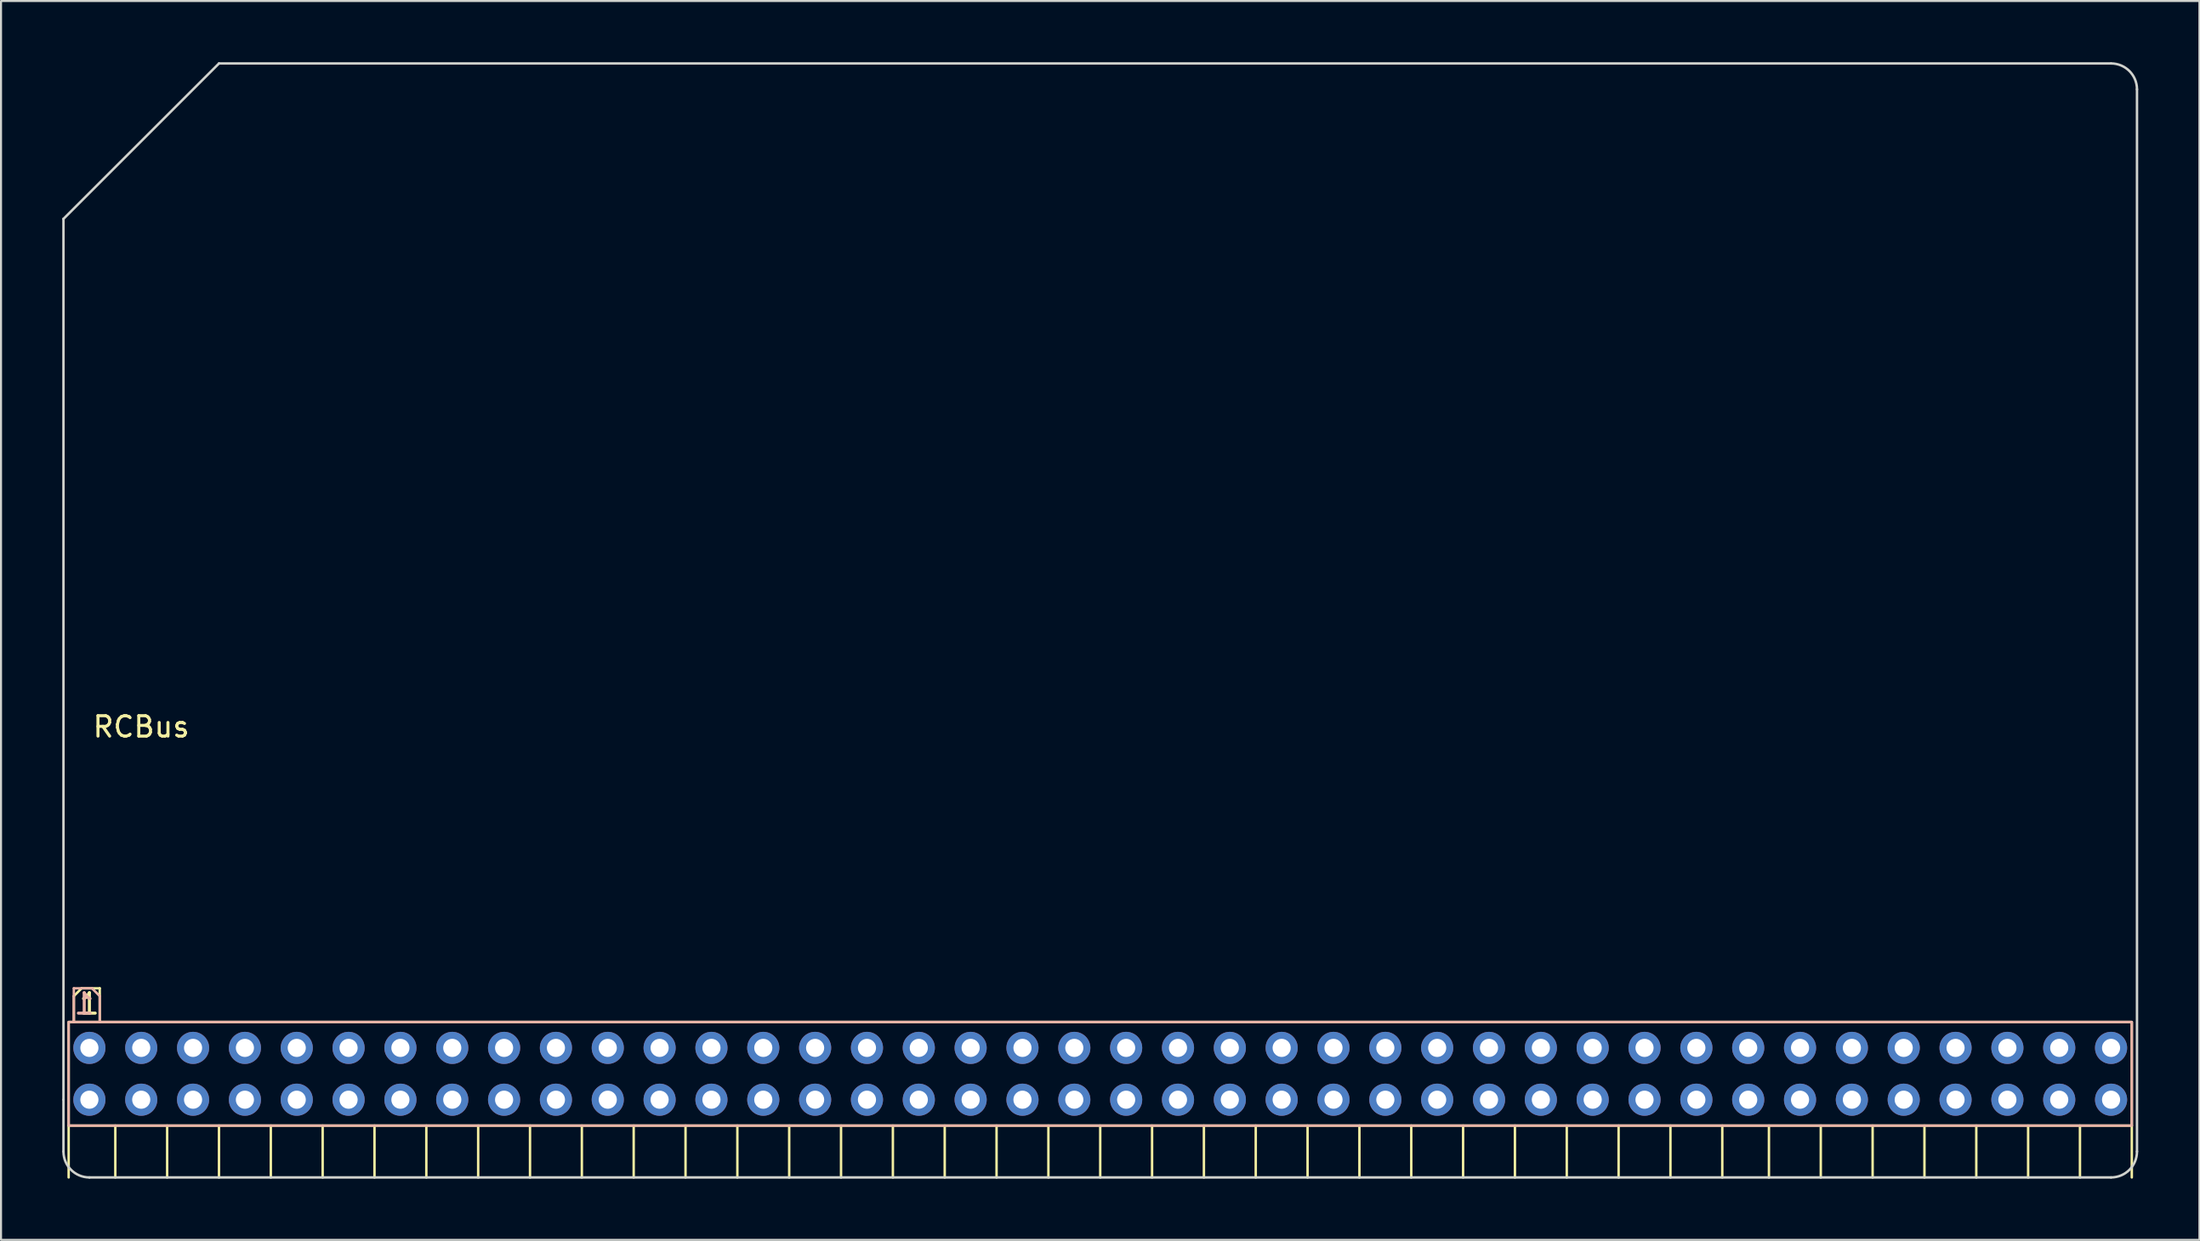
<source format=kicad_pcb>
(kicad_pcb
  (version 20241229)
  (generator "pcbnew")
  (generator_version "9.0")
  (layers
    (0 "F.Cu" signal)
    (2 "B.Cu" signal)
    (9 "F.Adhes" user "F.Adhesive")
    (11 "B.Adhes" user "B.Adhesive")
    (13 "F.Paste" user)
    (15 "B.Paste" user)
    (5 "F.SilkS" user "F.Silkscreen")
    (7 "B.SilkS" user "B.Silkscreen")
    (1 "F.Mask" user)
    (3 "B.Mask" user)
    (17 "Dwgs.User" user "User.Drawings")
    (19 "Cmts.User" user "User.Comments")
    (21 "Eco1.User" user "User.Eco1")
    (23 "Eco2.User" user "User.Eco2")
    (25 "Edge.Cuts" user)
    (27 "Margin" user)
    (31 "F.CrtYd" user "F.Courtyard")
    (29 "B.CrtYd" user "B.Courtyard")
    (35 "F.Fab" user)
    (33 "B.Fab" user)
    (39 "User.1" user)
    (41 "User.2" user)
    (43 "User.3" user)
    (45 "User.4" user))
  (footprint "RCBus"
    (layer "F.Cu")
    (at 5.14 19.11)
    (property "Reference" "RCBus" (at -1.27 13.47 0) (unlocked yes) (layer "F.SilkS") (effects (font (size 1 1) (thickness 0.15))))
    (attr through_hole)
    (fp_line (start -4.826 33.02) (end -4.826 35.56) (stroke (width 0.12) (type solid)) (layer "F.SilkS"))
    (fp_line (start -4.572 26.67) (end -4.572 27.94) (stroke (width 0.12) (type solid)) (layer "F.SilkS"))
    (fp_line (start -4.191 26.289) (end -4.572 26.67) (stroke (width 0.12) (type solid)) (layer "F.SilkS"))
    (fp_line (start -3.302 26.289) (end -4.191 26.289) (stroke (width 0.12) (type solid)) (layer "F.SilkS"))
    (fp_line (start -3.302 27.94) (end -3.302 26.289) (stroke (width 0.12) (type solid)) (layer "F.SilkS"))
    (fp_line (start -2.54 33.02) (end -2.54 35.56) (stroke (width 0.12) (type solid)) (layer "F.SilkS"))
    (fp_line (start 0 33.02) (end 0 35.56) (stroke (width 0.12) (type solid)) (layer "F.SilkS"))
    (fp_line (start 2.54 33.02) (end 2.54 35.56) (stroke (width 0.12) (type solid)) (layer "F.SilkS"))
    (fp_line (start 5.08 33.02) (end 5.08 35.56) (stroke (width 0.12) (type solid)) (layer "F.SilkS"))
    (fp_line (start 7.62 33.02) (end 7.62 35.56) (stroke (width 0.12) (type solid)) (layer "F.SilkS"))
    (fp_line (start 10.16 33.02) (end 10.16 35.56) (stroke (width 0.12) (type solid)) (layer "F.SilkS"))
    (fp_line (start 12.7 33.02) (end 12.7 35.56) (stroke (width 0.12) (type solid)) (layer "F.SilkS"))
    (fp_line (start 15.24 33.02) (end 15.24 35.56) (stroke (width 0.12) (type solid)) (layer "F.SilkS"))
    (fp_line (start 17.78 33.02) (end 17.78 35.56) (stroke (width 0.12) (type solid)) (layer "F.SilkS"))
    (fp_line (start 20.32 33.02) (end 20.32 35.56) (stroke (width 0.12) (type solid)) (layer "F.SilkS"))
    (fp_line (start 22.86 33.02) (end 22.86 35.56) (stroke (width 0.12) (type solid)) (layer "F.SilkS"))
    (fp_line (start 25.4 33.02) (end 25.4 35.56) (stroke (width 0.12) (type solid)) (layer "F.SilkS"))
    (fp_line (start 27.94 33.02) (end 27.94 35.56) (stroke (width 0.12) (type solid)) (layer "F.SilkS"))
    (fp_line (start 30.48 33.02) (end 30.48 35.56) (stroke (width 0.12) (type solid)) (layer "F.SilkS"))
    (fp_line (start 33.02 33.02) (end 33.02 35.56) (stroke (width 0.12) (type solid)) (layer "F.SilkS"))
    (fp_line (start 35.56 33.02) (end 35.56 35.56) (stroke (width 0.12) (type solid)) (layer "F.SilkS"))
    (fp_line (start 38.1 33.02) (end 38.1 35.56) (stroke (width 0.12) (type solid)) (layer "F.SilkS"))
    (fp_line (start 40.64 33.02) (end 40.64 35.56) (stroke (width 0.12) (type solid)) (layer "F.SilkS"))
    (fp_line (start 43.18 33.02) (end 43.18 35.56) (stroke (width 0.12) (type solid)) (layer "F.SilkS"))
    (fp_line (start 45.72 33.02) (end 45.72 35.56) (stroke (width 0.12) (type solid)) (layer "F.SilkS"))
    (fp_line (start 48.26 33.02) (end 48.26 35.56) (stroke (width 0.12) (type solid)) (layer "F.SilkS"))
    (fp_line (start 50.8 33.02) (end 50.8 35.56) (stroke (width 0.12) (type solid)) (layer "F.SilkS"))
    (fp_line (start 53.34 33.02) (end 53.34 35.56) (stroke (width 0.12) (type solid)) (layer "F.SilkS"))
    (fp_line (start 55.88 33.02) (end 55.88 35.56) (stroke (width 0.12) (type solid)) (layer "F.SilkS"))
    (fp_line (start 58.42 33.02) (end 58.42 35.56) (stroke (width 0.12) (type solid)) (layer "F.SilkS"))
    (fp_line (start 60.96 33.02) (end 60.96 35.56) (stroke (width 0.12) (type solid)) (layer "F.SilkS"))
    (fp_line (start 63.5 33.02) (end 63.5 35.56) (stroke (width 0.12) (type solid)) (layer "F.SilkS"))
    (fp_line (start 66.04 33.02) (end 66.04 35.56) (stroke (width 0.12) (type solid)) (layer "F.SilkS"))
    (fp_line (start 68.58 33.02) (end 68.58 35.56) (stroke (width 0.12) (type solid)) (layer "F.SilkS"))
    (fp_line (start 71.12 33.02) (end 71.12 35.56) (stroke (width 0.12) (type solid)) (layer "F.SilkS"))
    (fp_line (start 73.66 33.02) (end 73.66 35.56) (stroke (width 0.12) (type solid)) (layer "F.SilkS"))
    (fp_line (start 76.2 33.02) (end 76.2 35.56) (stroke (width 0.12) (type solid)) (layer "F.SilkS"))
    (fp_line (start 78.486 33.02) (end 78.486 35.56) (stroke (width 0.12) (type solid)) (layer "F.SilkS"))
    (fp_line (start 81.026 33.02) (end 81.026 35.56) (stroke (width 0.12) (type solid)) (layer "F.SilkS"))
    (fp_line (start 83.566 33.02) (end 83.566 35.56) (stroke (width 0.12) (type solid)) (layer "F.SilkS"))
    (fp_line (start 86.106 33.02) (end 86.106 35.56) (stroke (width 0.12) (type solid)) (layer "F.SilkS"))
    (fp_line (start 88.646 33.02) (end 88.646 35.56) (stroke (width 0.12) (type solid)) (layer "F.SilkS"))
    (fp_line (start 91.186 33.02) (end 91.186 35.56) (stroke (width 0.12) (type solid)) (layer "F.SilkS"))
    (fp_line (start 93.726 33.02) (end 93.726 35.56) (stroke (width 0.12) (type solid)) (layer "F.SilkS"))
    (fp_line (start 96.266 33.02) (end 96.266 35.56) (stroke (width 0.12) (type solid)) (layer "F.SilkS"))
    (fp_rect (start -4.826 27.94) (end 96.266 33.02) (stroke (width 0.12) (type solid)) (fill no) (layer "F.SilkS"))
    (fp_line (start -4.572 26.289) (end -3.683 26.289) (stroke (width 0.12) (type solid)) (layer "B.SilkS"))
    (fp_line (start -4.572 27.94) (end -4.572 26.289) (stroke (width 0.12) (type solid)) (layer "B.SilkS"))
    (fp_line (start -3.683 26.289) (end -3.302 26.67) (stroke (width 0.12) (type solid)) (layer "B.SilkS"))
    (fp_line (start -3.302 26.67) (end -3.302 27.94) (stroke (width 0.12) (type solid)) (layer "B.SilkS"))
    (fp_rect (start -4.826 27.94) (end 96.266 33.02) (stroke (width 0.12) (type solid)) (fill no) (layer "B.SilkS"))
    (fp_line (start -5.08 31.75) (end -5.08 -11.43) (stroke (width 0.12) (type solid)) (layer "Edge.Cuts"))
    (fp_line (start -5.08 31.75) (end -5.08 34.29) (stroke (width 0.12) (type solid)) (layer "Edge.Cuts"))
    (fp_line (start -3.81 35.56) (end 95.25 35.56) (stroke (width 0.12) (type solid)) (layer "Edge.Cuts"))
    (fp_line (start 2.54 -19.05) (end -5.08 -11.43) (stroke (width 0.12) (type solid)) (layer "Edge.Cuts"))
    (fp_line (start 95.25 -19.05) (end 2.54 -19.05) (stroke (width 0.12) (type solid)) (layer "Edge.Cuts"))
    (fp_line (start 96.52 34.29) (end 96.52 -17.78) (stroke (width 0.12) (type solid)) (layer "Edge.Cuts"))
    (fp_arc (start -3.81 35.56) (mid -4.708026 35.188026) (end -5.08 34.29) (stroke (width 0.12) (type solid)) (layer "Edge.Cuts"))
    (fp_arc (start 95.25 -19.05) (mid 96.148026 -18.678026) (end 96.52 -17.78) (stroke (width 0.12) (type solid)) (layer "Edge.Cuts"))
    (fp_arc (start 96.52 34.29) (mid 96.148026 35.188026) (end 95.25 35.56) (stroke (width 0.12) (type solid)) (layer "Edge.Cuts"))
    (fp_text user "1" (at -3.81 27.051 0) (unlocked yes) (layer "F.SilkS") (effects (font (size 1 1) (thickness 0.15))))
    (fp_text user "1" (at -4.064 27.051 0) (unlocked yes) (layer "B.SilkS") (effects (font (size 1 1) (thickness 0.15)) (justify mirror)))
    (pad "1" thru_hole circle (at -3.81 31.75) (size 1.575 1.575) (drill 0.889) (layers "*.Cu" "*.Mask"))
    (pad "2" thru_hole circle (at -1.27 31.75) (size 1.575 1.575) (drill 0.889) (layers "*.Cu" "*.Mask"))
    (pad "3" thru_hole circle (at 1.27 31.75) (size 1.575 1.575) (drill 0.889) (layers "*.Cu" "*.Mask"))
    (pad "4" thru_hole circle (at 3.81 31.75) (size 1.575 1.575) (drill 0.889) (layers "*.Cu" "*.Mask"))
    (pad "5" thru_hole circle (at 6.35 31.75) (size 1.575 1.575) (drill 0.889) (layers "*.Cu" "*.Mask"))
    (pad "6" thru_hole circle (at 8.89 31.75) (size 1.575 1.575) (drill 0.889) (layers "*.Cu" "*.Mask"))
    (pad "7" thru_hole circle (at 11.43 31.75) (size 1.575 1.575) (drill 0.889) (layers "*.Cu" "*.Mask"))
    (pad "8" thru_hole circle (at 13.97 31.75) (size 1.575 1.575) (drill 0.889) (layers "*.Cu" "*.Mask"))
    (pad "9" thru_hole circle (at 16.51 31.75) (size 1.575 1.575) (drill 0.889) (layers "*.Cu" "*.Mask"))
    (pad "10" thru_hole circle (at 19.05 31.75) (size 1.575 1.575) (drill 0.889) (layers "*.Cu" "*.Mask"))
    (pad "11" thru_hole circle (at 21.59 31.75) (size 1.575 1.575) (drill 0.889) (layers "*.Cu" "*.Mask"))
    (pad "12" thru_hole circle (at 24.13 31.75) (size 1.575 1.575) (drill 0.889) (layers "*.Cu" "*.Mask"))
    (pad "13" thru_hole circle (at 26.67 31.75) (size 1.575 1.575) (drill 0.889) (layers "*.Cu" "*.Mask"))
    (pad "14" thru_hole circle (at 29.21 31.75) (size 1.575 1.575) (drill 0.889) (layers "*.Cu" "*.Mask"))
    (pad "15" thru_hole circle (at 31.75 31.75) (size 1.575 1.575) (drill 0.889) (layers "*.Cu" "*.Mask"))
    (pad "16" thru_hole circle (at 34.29 31.75) (size 1.575 1.575) (drill 0.889) (layers "*.Cu" "*.Mask"))
    (pad "17" thru_hole circle (at 36.83 31.75) (size 1.575 1.575) (drill 0.889) (layers "*.Cu" "*.Mask"))
    (pad "18" thru_hole circle (at 39.37 31.75) (size 1.575 1.575) (drill 0.889) (layers "*.Cu" "*.Mask"))
    (pad "19" thru_hole circle (at 41.91 31.75) (size 1.575 1.575) (drill 0.889) (layers "*.Cu" "*.Mask"))
    (pad "20" thru_hole circle (at 44.45 31.75) (size 1.575 1.575) (drill 0.889) (layers "*.Cu" "*.Mask"))
    (pad "21" thru_hole circle (at 46.99 31.75) (size 1.575 1.575) (drill 0.889) (layers "*.Cu" "*.Mask"))
    (pad "22" thru_hole circle (at 49.53 31.75) (size 1.575 1.575) (drill 0.889) (layers "*.Cu" "*.Mask"))
    (pad "23" thru_hole circle (at 52.07 31.75) (size 1.575 1.575) (drill 0.889) (layers "*.Cu" "*.Mask"))
    (pad "24" thru_hole circle (at 54.61 31.75) (size 1.575 1.575) (drill 0.889) (layers "*.Cu" "*.Mask"))
    (pad "25" thru_hole circle (at 57.15 31.75) (size 1.575 1.575) (drill 0.889) (layers "*.Cu" "*.Mask"))
    (pad "26" thru_hole circle (at 59.69 31.75) (size 1.575 1.575) (drill 0.889) (layers "*.Cu" "*.Mask"))
    (pad "27" thru_hole circle (at 62.23 31.75) (size 1.575 1.575) (drill 0.889) (layers "*.Cu" "*.Mask"))
    (pad "28" thru_hole circle (at 64.77 31.75) (size 1.575 1.575) (drill 0.889) (layers "*.Cu" "*.Mask"))
    (pad "29" thru_hole circle (at 67.31 31.75) (size 1.575 1.575) (drill 0.889) (layers "*.Cu" "*.Mask"))
    (pad "30" thru_hole circle (at 69.85 31.75) (size 1.575 1.575) (drill 0.889) (layers "*.Cu" "*.Mask"))
    (pad "31" thru_hole circle (at 72.39 31.75) (size 1.575 1.575) (drill 0.889) (layers "*.Cu" "*.Mask"))
    (pad "32" thru_hole circle (at 74.93 31.75) (size 1.575 1.575) (drill 0.889) (layers "*.Cu" "*.Mask"))
    (pad "33" thru_hole circle (at 77.47 31.75) (size 1.575 1.575) (drill 0.889) (layers "*.Cu" "*.Mask"))
    (pad "34" thru_hole circle (at 80.01 31.75) (size 1.575 1.575) (drill 0.889) (layers "*.Cu" "*.Mask"))
    (pad "35" thru_hole circle (at 82.55 31.75) (size 1.575 1.575) (drill 0.889) (layers "*.Cu" "*.Mask"))
    (pad "36" thru_hole circle (at 85.09 31.75) (size 1.575 1.575) (drill 0.889) (layers "*.Cu" "*.Mask"))
    (pad "37" thru_hole circle (at 87.63 31.75) (size 1.575 1.575) (drill 0.889) (layers "*.Cu" "*.Mask"))
    (pad "38" thru_hole circle (at 90.17 31.75) (size 1.575 1.575) (drill 0.889) (layers "*.Cu" "*.Mask"))
    (pad "39" thru_hole circle (at 92.71 31.75) (size 1.575 1.575) (drill 0.889) (layers "*.Cu" "*.Mask"))
    (pad "40" thru_hole circle (at 95.25 31.75) (size 1.575 1.575) (drill 0.889) (layers "*.Cu" "*.Mask"))
    (pad "41" thru_hole circle (at -3.81 29.21) (size 1.575 1.575) (drill 0.889) (layers "*.Cu" "*.Mask"))
    (pad "42" thru_hole circle (at -1.27 29.21) (size 1.575 1.575) (drill 0.889) (layers "*.Cu" "*.Mask"))
    (pad "43" thru_hole circle (at 1.27 29.21) (size 1.575 1.575) (drill 0.889) (layers "*.Cu" "*.Mask"))
    (pad "44" thru_hole circle (at 3.81 29.21) (size 1.575 1.575) (drill 0.889) (layers "*.Cu" "*.Mask"))
    (pad "45" thru_hole circle (at 6.35 29.21) (size 1.575 1.575) (drill 0.889) (layers "*.Cu" "*.Mask"))
    (pad "46" thru_hole circle (at 8.89 29.21) (size 1.575 1.575) (drill 0.889) (layers "*.Cu" "*.Mask"))
    (pad "47" thru_hole circle (at 11.43 29.21) (size 1.575 1.575) (drill 0.889) (layers "*.Cu" "*.Mask"))
    (pad "48" thru_hole circle (at 13.97 29.21) (size 1.575 1.575) (drill 0.889) (layers "*.Cu" "*.Mask"))
    (pad "49" thru_hole circle (at 16.51 29.21) (size 1.575 1.575) (drill 0.889) (layers "*.Cu" "*.Mask"))
    (pad "50" thru_hole circle (at 19.05 29.21) (size 1.575 1.575) (drill 0.889) (layers "*.Cu" "*.Mask"))
    (pad "51" thru_hole circle (at 21.59 29.21) (size 1.575 1.575) (drill 0.889) (layers "*.Cu" "*.Mask"))
    (pad "52" thru_hole circle (at 24.13 29.21) (size 1.575 1.575) (drill 0.889) (layers "*.Cu" "*.Mask"))
    (pad "53" thru_hole circle (at 26.67 29.21) (size 1.575 1.575) (drill 0.889) (layers "*.Cu" "*.Mask"))
    (pad "54" thru_hole circle (at 29.21 29.21) (size 1.575 1.575) (drill 0.889) (layers "*.Cu" "*.Mask"))
    (pad "55" thru_hole circle (at 31.75 29.21) (size 1.575 1.575) (drill 0.889) (layers "*.Cu" "*.Mask"))
    (pad "56" thru_hole circle (at 34.29 29.21) (size 1.575 1.575) (drill 0.889) (layers "*.Cu" "*.Mask"))
    (pad "57" thru_hole circle (at 36.83 29.21) (size 1.575 1.575) (drill 0.889) (layers "*.Cu" "*.Mask"))
    (pad "58" thru_hole circle (at 39.37 29.21) (size 1.575 1.575) (drill 0.889) (layers "*.Cu" "*.Mask"))
    (pad "59" thru_hole circle (at 41.91 29.21) (size 1.575 1.575) (drill 0.889) (layers "*.Cu" "*.Mask"))
    (pad "60" thru_hole circle (at 44.45 29.21) (size 1.575 1.575) (drill 0.889) (layers "*.Cu" "*.Mask"))
    (pad "61" thru_hole circle (at 46.99 29.21) (size 1.575 1.575) (drill 0.889) (layers "*.Cu" "*.Mask"))
    (pad "62" thru_hole circle (at 49.53 29.21) (size 1.575 1.575) (drill 0.889) (layers "*.Cu" "*.Mask"))
    (pad "63" thru_hole circle (at 52.07 29.21) (size 1.575 1.575) (drill 0.889) (layers "*.Cu" "*.Mask"))
    (pad "64" thru_hole circle (at 54.61 29.21) (size 1.575 1.575) (drill 0.889) (layers "*.Cu" "*.Mask"))
    (pad "65" thru_hole circle (at 57.15 29.21) (size 1.575 1.575) (drill 0.889) (layers "*.Cu" "*.Mask"))
    (pad "66" thru_hole circle (at 59.69 29.21) (size 1.575 1.575) (drill 0.889) (layers "*.Cu" "*.Mask"))
    (pad "67" thru_hole circle (at 62.23 29.21) (size 1.575 1.575) (drill 0.889) (layers "*.Cu" "*.Mask"))
    (pad "68" thru_hole circle (at 64.77 29.21) (size 1.575 1.575) (drill 0.889) (layers "*.Cu" "*.Mask"))
    (pad "69" thru_hole circle (at 67.31 29.21) (size 1.575 1.575) (drill 0.889) (layers "*.Cu" "*.Mask"))
    (pad "70" thru_hole circle (at 69.85 29.21) (size 1.575 1.575) (drill 0.889) (layers "*.Cu" "*.Mask"))
    (pad "71" thru_hole circle (at 72.39 29.21) (size 1.575 1.575) (drill 0.889) (layers "*.Cu" "*.Mask"))
    (pad "72" thru_hole circle (at 74.93 29.21) (size 1.575 1.575) (drill 0.889) (layers "*.Cu" "*.Mask"))
    (pad "73" thru_hole circle (at 77.47 29.21) (size 1.575 1.575) (drill 0.889) (layers "*.Cu" "*.Mask"))
    (pad "74" thru_hole circle (at 80.01 29.21) (size 1.575 1.575) (drill 0.889) (layers "*.Cu" "*.Mask"))
    (pad "75" thru_hole circle (at 82.55 29.21) (size 1.575 1.575) (drill 0.889) (layers "*.Cu" "*.Mask"))
    (pad "76" thru_hole circle (at 85.09 29.21) (size 1.575 1.575) (drill 0.889) (layers "*.Cu" "*.Mask"))
    (pad "77" thru_hole circle (at 87.63 29.21) (size 1.575 1.575) (drill 0.889) (layers "*.Cu" "*.Mask"))
    (pad "78" thru_hole circle (at 90.17 29.21) (size 1.575 1.575) (drill 0.889) (layers "*.Cu" "*.Mask"))
    (pad "79" thru_hole circle (at 92.71 29.21) (size 1.575 1.575) (drill 0.889) (layers "*.Cu" "*.Mask"))
    (pad "80" thru_hole circle (at 95.25 29.21) (size 1.575 1.575) (drill 0.889) (layers "*.Cu" "*.Mask")))
  (gr_rect
    (start -3 -3)
    (end 104.72 57.73)
    (stroke (width 0.1) (type default))
    (fill no)
    (layer "Edge.Cuts")))
</source>
